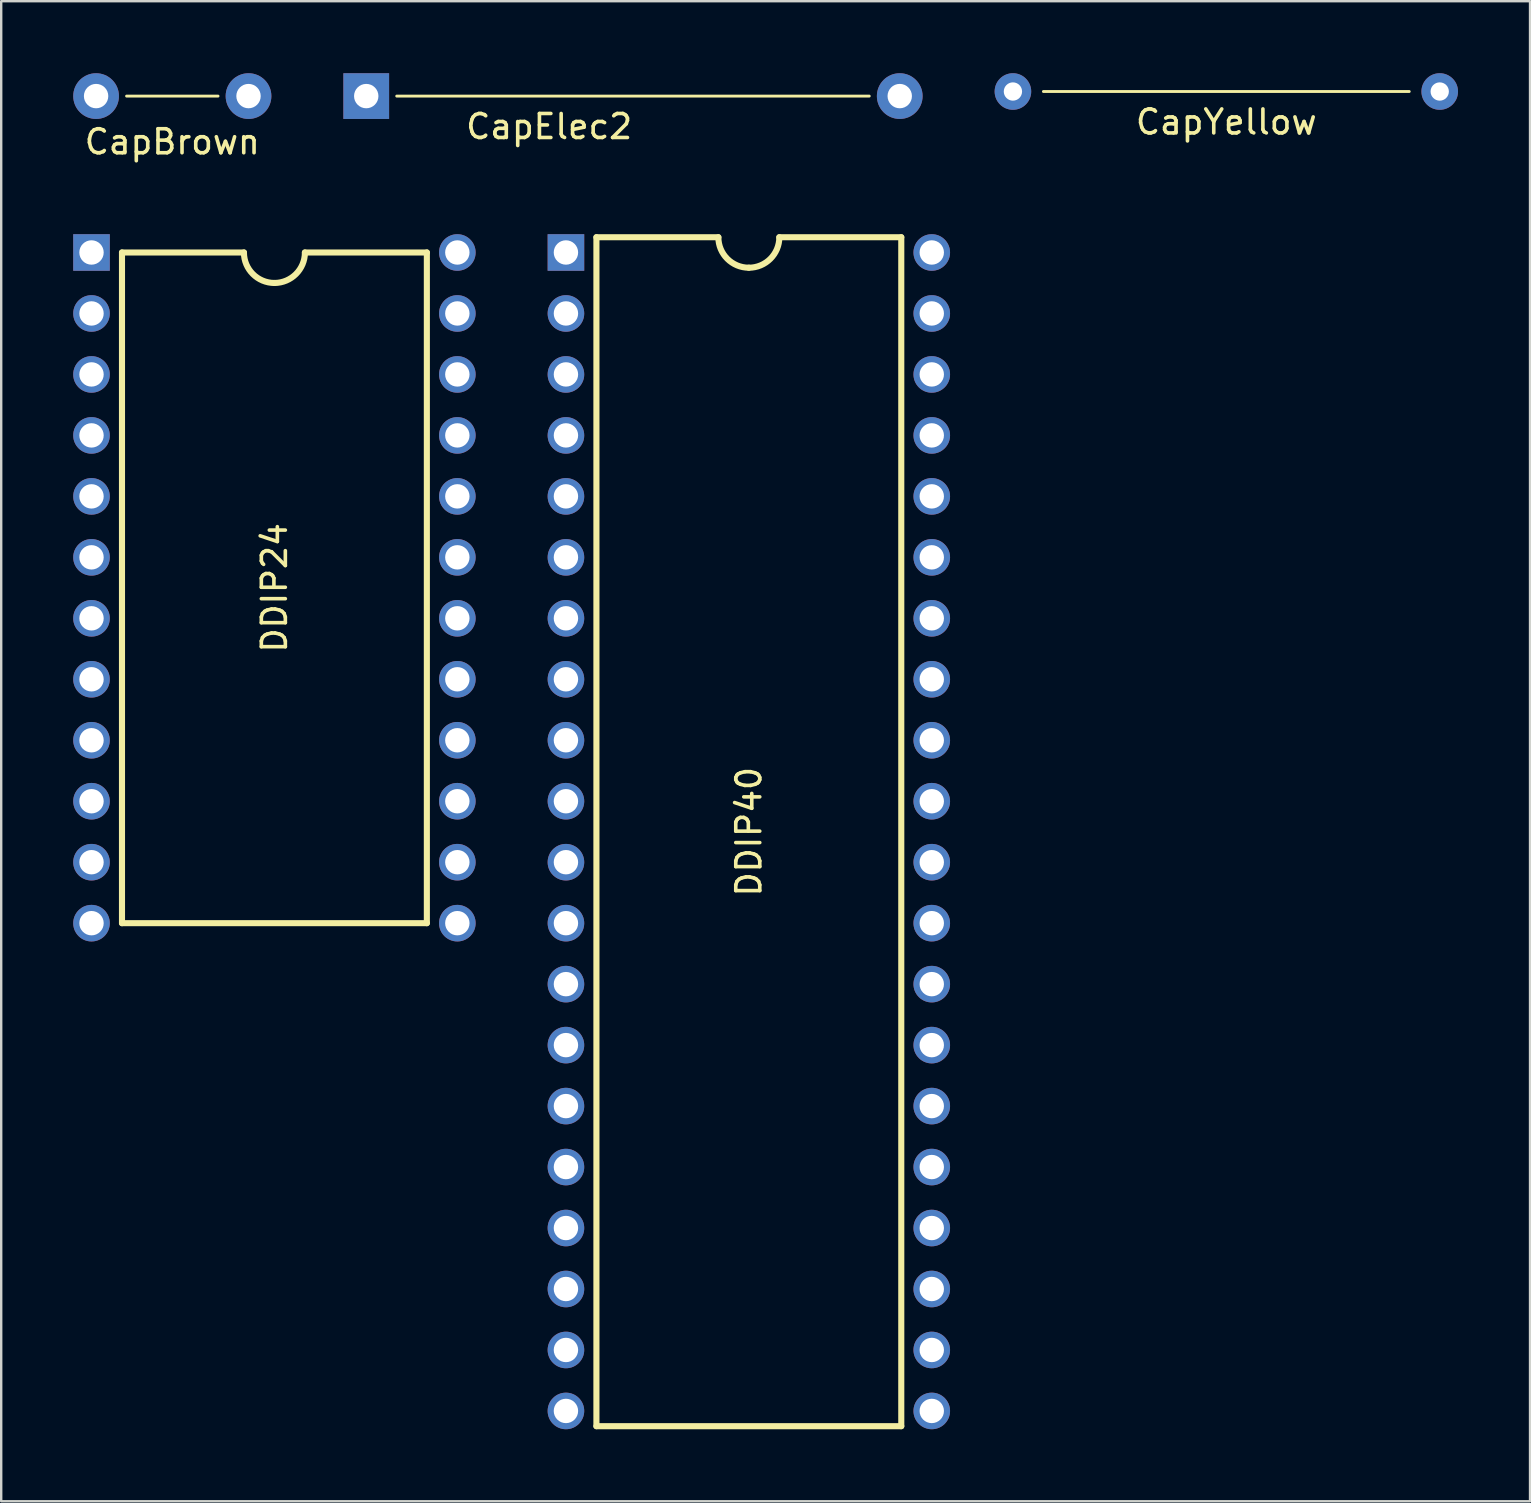
<source format=kicad_pcb>
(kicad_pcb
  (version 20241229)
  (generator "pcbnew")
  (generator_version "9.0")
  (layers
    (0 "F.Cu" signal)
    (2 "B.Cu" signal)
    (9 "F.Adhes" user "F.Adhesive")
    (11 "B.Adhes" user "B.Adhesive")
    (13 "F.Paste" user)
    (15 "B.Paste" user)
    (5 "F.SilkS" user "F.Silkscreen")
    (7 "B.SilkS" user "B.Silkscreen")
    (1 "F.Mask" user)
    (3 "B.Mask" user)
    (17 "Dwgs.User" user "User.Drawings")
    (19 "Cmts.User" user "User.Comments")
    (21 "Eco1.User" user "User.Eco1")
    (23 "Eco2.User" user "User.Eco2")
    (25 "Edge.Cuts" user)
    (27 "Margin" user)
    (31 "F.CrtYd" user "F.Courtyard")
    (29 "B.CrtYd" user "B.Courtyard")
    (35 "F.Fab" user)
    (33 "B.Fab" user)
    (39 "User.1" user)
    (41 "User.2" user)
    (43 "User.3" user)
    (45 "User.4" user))
  (footprint "CapYellow"
    (layer "F.Cu")
    (at 48.037 0.762)
    (property "Reference" "CapYellow" (at 0 1.27 0) (unlocked yes) (layer "F.SilkS") (effects (font (size 1 1) (thickness 0.15))))
    (attr through_hole)
    (fp_line (start 7.62 0) (end -7.62 0) (stroke (width 0.12) (type solid)) (layer "F.SilkS"))
    (pad "1" thru_hole circle (at -8.89 0) (size 1.524 1.524) (drill 0.762) (layers "*.Cu" "*.Mask"))
    (pad "2" thru_hole circle (at 8.89 0) (size 1.524 1.524) (drill 0.762) (layers "*.Cu" "*.Mask")))
  (footprint "CapElec2"
    (layer "F.Cu")
    (at 22.367 0.953)
    (property "Reference" "CapElec2" (at -2.54 1.27 0) (layer "F.SilkS") (effects (font (size 1 1) (thickness 0.15))))
    (attr through_hole)
    (fp_line (start 10.795 0) (end -8.89 0) (stroke (width 0.12) (type solid)) (layer "F.SilkS"))
    (pad "1" thru_hole rect (at -10.16 0) (size 1.905 1.905) (drill 1.016) (layers "*.Cu" "*.Mask"))
    (pad "2" thru_hole circle (at 12.065 0) (size 1.905 1.905) (drill 1.016) (layers "*.Cu" "*.Mask")))
  (footprint "DDIP40"
    (layer "F.Cu")
    (at 28.146 31.598)
    (property "Reference" "DDIP40" (at 0 0 90) (layer "F.SilkS") (effects (font (size 1 1) (thickness 0.15))))
    (attr through_hole)
    (fp_line (start -6.35 -24.765) (end -1.27 -24.765) (stroke (width 0.254) (type solid)) (layer "F.SilkS"))
    (fp_line (start -6.35 24.765) (end -6.35 -24.765) (stroke (width 0.254) (type solid)) (layer "F.SilkS"))
    (fp_line (start 1.27 -24.765) (end 6.35 -24.765) (stroke (width 0.254) (type solid)) (layer "F.SilkS"))
    (fp_line (start 6.35 -24.765) (end 6.35 24.765) (stroke (width 0.254) (type solid)) (layer "F.SilkS"))
    (fp_line (start 6.35 24.765) (end -6.35 24.765) (stroke (width 0.254) (type solid)) (layer "F.SilkS"))
    (fp_arc (start 0 -23.495) (mid -0.898026 -23.866974) (end -1.27 -24.765) (stroke (width 0.254) (type solid)) (layer "F.SilkS"))
    (fp_arc (start 1.27 -24.765) (mid 0.898026 -23.866974) (end 0 -23.495) (stroke (width 0.254) (type solid)) (layer "F.SilkS"))
    (pad "1" thru_hole rect (at -7.62 -24.13) (size 1.524 1.524) (drill 1.016) (layers "*.Cu" "*.Mask"))
    (pad "2" thru_hole circle (at -7.62 -21.59) (size 1.524 1.524) (drill 1.016) (layers "*.Cu" "*.Mask"))
    (pad "3" thru_hole circle (at -7.62 -19.05) (size 1.524 1.524) (drill 1.016) (layers "*.Cu" "*.Mask"))
    (pad "4" thru_hole circle (at -7.62 -16.51) (size 1.524 1.524) (drill 1.016) (layers "*.Cu" "*.Mask"))
    (pad "5" thru_hole circle (at -7.62 -13.97) (size 1.524 1.524) (drill 1.016) (layers "*.Cu" "*.Mask"))
    (pad "6" thru_hole circle (at -7.62 -11.43) (size 1.524 1.524) (drill 1.016) (layers "*.Cu" "*.Mask"))
    (pad "7" thru_hole circle (at -7.62 -8.89) (size 1.524 1.524) (drill 1.016) (layers "*.Cu" "*.Mask"))
    (pad "8" thru_hole circle (at -7.62 -6.35) (size 1.524 1.524) (drill 1.016) (layers "*.Cu" "*.Mask"))
    (pad "9" thru_hole circle (at -7.62 -3.81) (size 1.524 1.524) (drill 1.016) (layers "*.Cu" "*.Mask"))
    (pad "10" thru_hole circle (at -7.62 -1.27) (size 1.524 1.524) (drill 1.016) (layers "*.Cu" "*.Mask"))
    (pad "11" thru_hole circle (at -7.62 1.27) (size 1.524 1.524) (drill 1.016) (layers "*.Cu" "*.Mask"))
    (pad "12" thru_hole circle (at -7.62 3.81) (size 1.524 1.524) (drill 1.016) (layers "*.Cu" "*.Mask"))
    (pad "13" thru_hole circle (at -7.62 6.35) (size 1.524 1.524) (drill 1.016) (layers "*.Cu" "*.Mask"))
    (pad "14" thru_hole circle (at -7.62 8.89) (size 1.524 1.524) (drill 1.016) (layers "*.Cu" "*.Mask"))
    (pad "15" thru_hole circle (at -7.62 11.43) (size 1.524 1.524) (drill 1.016) (layers "*.Cu" "*.Mask"))
    (pad "16" thru_hole circle (at -7.62 13.97) (size 1.524 1.524) (drill 1.016) (layers "*.Cu" "*.Mask"))
    (pad "17" thru_hole circle (at -7.62 16.51) (size 1.524 1.524) (drill 1.016) (layers "*.Cu" "*.Mask"))
    (pad "18" thru_hole circle (at -7.62 19.05) (size 1.524 1.524) (drill 1.016) (layers "*.Cu" "*.Mask"))
    (pad "19" thru_hole circle (at -7.62 21.59) (size 1.524 1.524) (drill 1.016) (layers "*.Cu" "*.Mask"))
    (pad "20" thru_hole circle (at -7.62 24.13) (size 1.524 1.524) (drill 1.016) (layers "*.Cu" "*.Mask"))
    (pad "21" thru_hole circle (at 7.62 24.13) (size 1.524 1.524) (drill 1.016) (layers "*.Cu" "*.Mask"))
    (pad "22" thru_hole circle (at 7.62 21.59) (size 1.524 1.524) (drill 1.016) (layers "*.Cu" "*.Mask"))
    (pad "23" thru_hole circle (at 7.62 19.05) (size 1.524 1.524) (drill 1.016) (layers "*.Cu" "*.Mask"))
    (pad "24" thru_hole circle (at 7.62 16.51) (size 1.524 1.524) (drill 1.016) (layers "*.Cu" "*.Mask"))
    (pad "25" thru_hole circle (at 7.62 13.97) (size 1.524 1.524) (drill 1.016) (layers "*.Cu" "*.Mask"))
    (pad "26" thru_hole circle (at 7.62 11.43) (size 1.524 1.524) (drill 1.016) (layers "*.Cu" "*.Mask"))
    (pad "27" thru_hole circle (at 7.62 8.89) (size 1.524 1.524) (drill 1.016) (layers "*.Cu" "*.Mask"))
    (pad "28" thru_hole circle (at 7.62 6.35) (size 1.524 1.524) (drill 1.016) (layers "*.Cu" "*.Mask"))
    (pad "29" thru_hole circle (at 7.62 3.81) (size 1.524 1.524) (drill 1.016) (layers "*.Cu" "*.Mask"))
    (pad "30" thru_hole circle (at 7.62 1.27) (size 1.524 1.524) (drill 1.016) (layers "*.Cu" "*.Mask"))
    (pad "31" thru_hole circle (at 7.62 -1.27) (size 1.524 1.524) (drill 1.016) (layers "*.Cu" "*.Mask"))
    (pad "32" thru_hole circle (at 7.62 -3.81) (size 1.524 1.524) (drill 1.016) (layers "*.Cu" "*.Mask"))
    (pad "33" thru_hole circle (at 7.62 -6.35) (size 1.524 1.524) (drill 1.016) (layers "*.Cu" "*.Mask"))
    (pad "34" thru_hole circle (at 7.62 -8.89) (size 1.524 1.524) (drill 1.016) (layers "*.Cu" "*.Mask"))
    (pad "35" thru_hole circle (at 7.62 -11.43) (size 1.524 1.524) (drill 1.016) (layers "*.Cu" "*.Mask"))
    (pad "36" thru_hole circle (at 7.62 -13.97) (size 1.524 1.524) (drill 1.016) (layers "*.Cu" "*.Mask"))
    (pad "37" thru_hole circle (at 7.62 -16.51) (size 1.524 1.524) (drill 1.016) (layers "*.Cu" "*.Mask"))
    (pad "38" thru_hole circle (at 7.62 -19.05) (size 1.524 1.524) (drill 1.016) (layers "*.Cu" "*.Mask"))
    (pad "39" thru_hole circle (at 7.62 -21.59) (size 1.524 1.524) (drill 1.016) (layers "*.Cu" "*.Mask"))
    (pad "40" thru_hole circle (at 7.62 -24.13) (size 1.524 1.524) (drill 1.016) (layers "*.Cu" "*.Mask")))
  (footprint "DDIP24"
    (layer "F.Cu")
    (at 8.382 21.438)
    (property "Reference" "DDIP24" (at 0 0 90) (layer "F.SilkS") (effects (font (size 1 1) (thickness 0.15))))
    (attr through_hole)
    (fp_line (start -6.35 -13.97) (end -6.35 13.97) (stroke (width 0.254) (type solid)) (layer "F.SilkS"))
    (fp_line (start -6.35 -13.97) (end -1.27 -13.97) (stroke (width 0.254) (type solid)) (layer "F.SilkS"))
    (fp_line (start -6.35 13.97) (end 6.35 13.97) (stroke (width 0.254) (type solid)) (layer "F.SilkS"))
    (fp_line (start 6.35 -13.97) (end 1.27 -13.97) (stroke (width 0.254) (type solid)) (layer "F.SilkS"))
    (fp_line (start 6.35 13.97) (end 6.35 -13.97) (stroke (width 0.254) (type solid)) (layer "F.SilkS"))
    (fp_arc (start 0 -12.7) (mid -0.898026 -13.071974) (end -1.27 -13.97) (stroke (width 0.254) (type solid)) (layer "F.SilkS"))
    (fp_arc (start 1.27 -13.97) (mid 0.898026 -13.071974) (end 0 -12.7) (stroke (width 0.254) (type solid)) (layer "F.SilkS"))
    (pad "1" thru_hole rect (at -7.62 -13.97) (size 1.524 1.524) (drill 1.016) (layers "*.Cu" "*.Mask"))
    (pad "2" thru_hole circle (at -7.62 -11.43) (size 1.524 1.524) (drill 1.016) (layers "*.Cu" "*.Mask"))
    (pad "3" thru_hole circle (at -7.62 -8.89) (size 1.524 1.524) (drill 1.016) (layers "*.Cu" "*.Mask"))
    (pad "4" thru_hole circle (at -7.62 -6.35) (size 1.524 1.524) (drill 1.016) (layers "*.Cu" "*.Mask"))
    (pad "5" thru_hole circle (at -7.62 -3.81) (size 1.524 1.524) (drill 1.016) (layers "*.Cu" "*.Mask"))
    (pad "6" thru_hole circle (at -7.62 -1.27) (size 1.524 1.524) (drill 1.016) (layers "*.Cu" "*.Mask"))
    (pad "7" thru_hole circle (at -7.62 1.27) (size 1.524 1.524) (drill 1.016) (layers "*.Cu" "*.Mask"))
    (pad "8" thru_hole circle (at -7.62 3.81) (size 1.524 1.524) (drill 1.016) (layers "*.Cu" "*.Mask"))
    (pad "9" thru_hole circle (at -7.62 6.35) (size 1.524 1.524) (drill 1.016) (layers "*.Cu" "*.Mask"))
    (pad "10" thru_hole circle (at -7.62 8.89) (size 1.524 1.524) (drill 1.016) (layers "*.Cu" "*.Mask"))
    (pad "11" thru_hole circle (at -7.62 11.43) (size 1.524 1.524) (drill 1.016) (layers "*.Cu" "*.Mask"))
    (pad "12" thru_hole circle (at -7.62 13.97) (size 1.524 1.524) (drill 1.016) (layers "*.Cu" "*.Mask"))
    (pad "13" thru_hole circle (at 7.62 13.97) (size 1.524 1.524) (drill 1.016) (layers "*.Cu" "*.Mask"))
    (pad "14" thru_hole circle (at 7.62 11.43) (size 1.524 1.524) (drill 1.016) (layers "*.Cu" "*.Mask"))
    (pad "15" thru_hole circle (at 7.62 8.89) (size 1.524 1.524) (drill 1.016) (layers "*.Cu" "*.Mask"))
    (pad "16" thru_hole circle (at 7.62 6.35) (size 1.524 1.524) (drill 1.016) (layers "*.Cu" "*.Mask"))
    (pad "17" thru_hole circle (at 7.62 3.81) (size 1.524 1.524) (drill 1.016) (layers "*.Cu" "*.Mask"))
    (pad "18" thru_hole circle (at 7.62 1.27) (size 1.524 1.524) (drill 1.016) (layers "*.Cu" "*.Mask"))
    (pad "19" thru_hole circle (at 7.62 -1.27) (size 1.524 1.524) (drill 1.016) (layers "*.Cu" "*.Mask"))
    (pad "20" thru_hole circle (at 7.62 -3.81) (size 1.524 1.524) (drill 1.016) (layers "*.Cu" "*.Mask"))
    (pad "21" thru_hole circle (at 7.62 -6.35) (size 1.524 1.524) (drill 1.016) (layers "*.Cu" "*.Mask"))
    (pad "22" thru_hole circle (at 7.62 -8.89) (size 1.524 1.524) (drill 1.016) (layers "*.Cu" "*.Mask"))
    (pad "23" thru_hole circle (at 7.62 -11.43) (size 1.524 1.524) (drill 1.016) (layers "*.Cu" "*.Mask"))
    (pad "24" thru_hole circle (at 7.62 -13.97) (size 1.524 1.524) (drill 1.016) (layers "*.Cu" "*.Mask")))
  (footprint "CapBrown"
    (layer "F.Cu")
    (at 4.128 0.953)
    (property "Reference" "CapBrown" (at 0 1.905 0) (layer "F.SilkS") (effects (font (size 1 1) (thickness 0.15))))
    (attr through_hole)
    (fp_line (start 1.905 0) (end -1.905 0) (stroke (width 0.12) (type solid)) (layer "F.SilkS"))
    (pad "1" thru_hole circle (at -3.175 0) (size 1.905 1.905) (drill 1.016) (layers "*.Cu" "*.Mask"))
    (pad "2" thru_hole circle (at 3.175 0) (size 1.905 1.905) (drill 1.016) (layers "*.Cu" "*.Mask")))
  (gr_rect
    (start -3 -3)
    (end 60.689 59.49)
    (stroke (width 0.1) (type default))
    (fill no)
    (layer "Edge.Cuts")))
</source>
